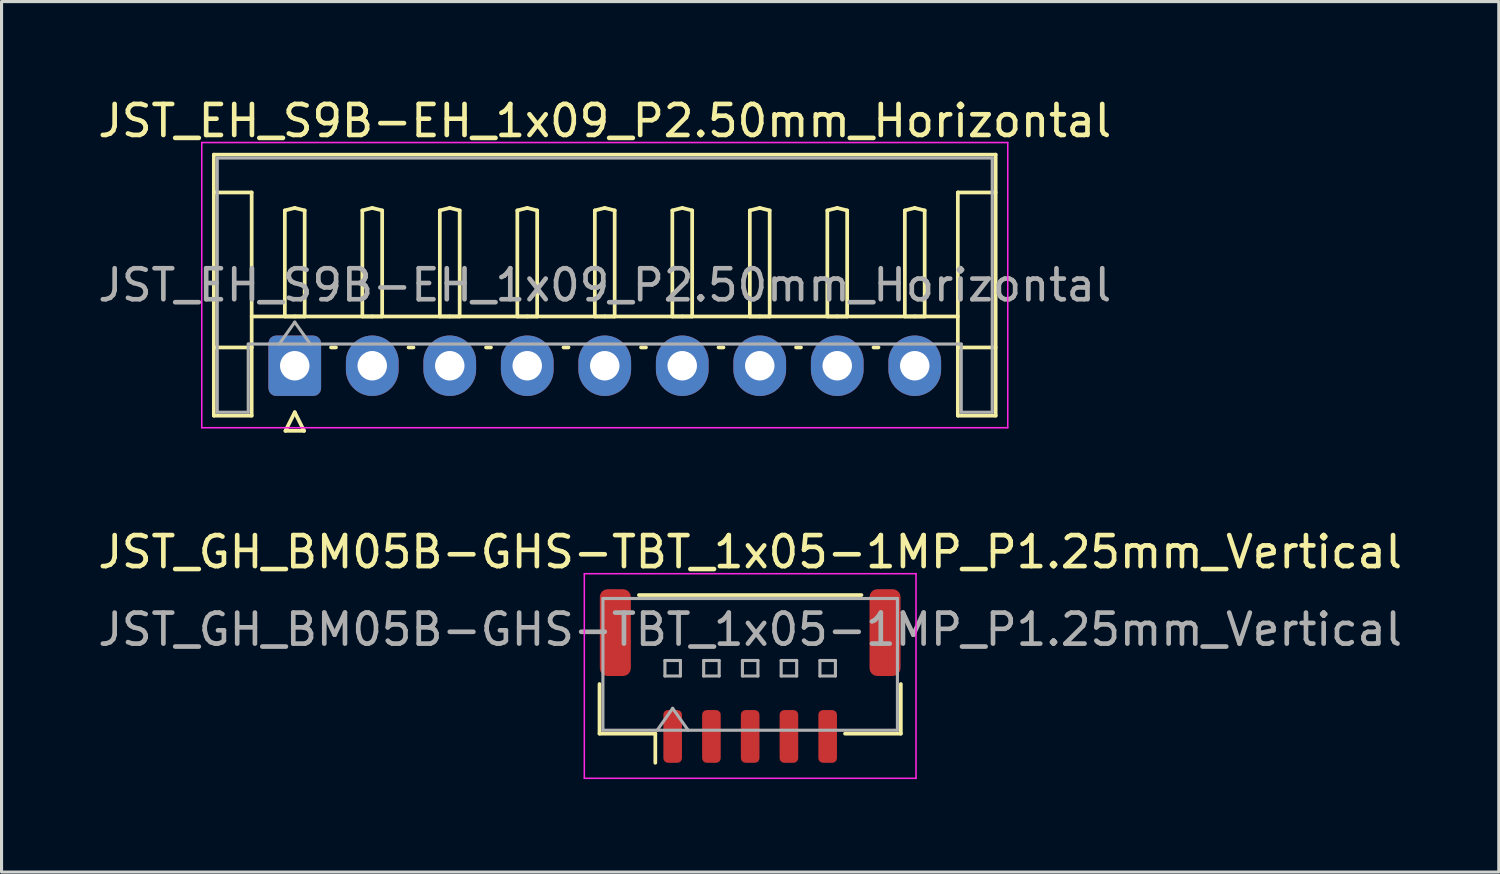
<source format=kicad_pcb>
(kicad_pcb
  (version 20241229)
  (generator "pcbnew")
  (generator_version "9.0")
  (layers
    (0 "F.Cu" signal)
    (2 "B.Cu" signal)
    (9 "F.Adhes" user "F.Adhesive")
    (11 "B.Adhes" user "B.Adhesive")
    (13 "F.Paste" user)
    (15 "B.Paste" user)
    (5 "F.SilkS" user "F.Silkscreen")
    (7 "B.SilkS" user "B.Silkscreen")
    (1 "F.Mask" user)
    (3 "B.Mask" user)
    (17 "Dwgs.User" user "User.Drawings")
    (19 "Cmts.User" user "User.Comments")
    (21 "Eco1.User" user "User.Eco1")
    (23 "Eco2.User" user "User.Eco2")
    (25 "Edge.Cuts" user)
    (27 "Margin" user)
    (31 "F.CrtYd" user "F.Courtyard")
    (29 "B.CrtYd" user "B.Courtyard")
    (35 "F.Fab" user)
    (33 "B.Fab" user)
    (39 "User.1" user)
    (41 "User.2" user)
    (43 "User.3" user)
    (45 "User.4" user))
  (footprint "JST_EH_S9B-EH_1x09_P2.50mm_Horizontal"
    (layer "F.Cu")
    (at 6.458 8.748)
    (property "Reference" "JST_EH_S9B-EH_1x09_P2.50mm_Horizontal" (at 10 -7.9 0) (layer "F.SilkS") (effects (font (size 1 1) (thickness 0.15))))
    (attr through_hole)
    (fp_line (start -2.61 -6.81) (end 22.61 -6.81) (stroke (width 0.12) (type solid)) (layer "F.SilkS"))
    (fp_line (start -2.61 -5.59) (end -1.39 -5.59) (stroke (width 0.12) (type solid)) (layer "F.SilkS"))
    (fp_line (start -2.61 1.61) (end -2.61 -6.81) (stroke (width 0.12) (type solid)) (layer "F.SilkS"))
    (fp_line (start -1.39 -5.59) (end -1.39 -0.59) (stroke (width 0.12) (type solid)) (layer "F.SilkS"))
    (fp_line (start -1.39 -1.59) (end 21.39 -1.59) (stroke (width 0.12) (type solid)) (layer "F.SilkS"))
    (fp_line (start -1.39 -0.59) (end -2.61 -0.59) (stroke (width 0.12) (type solid)) (layer "F.SilkS"))
    (fp_line (start -1.39 -0.59) (end -1.39 1.61) (stroke (width 0.12) (type solid)) (layer "F.SilkS"))
    (fp_line (start -1.39 1.61) (end -2.61 1.61) (stroke (width 0.12) (type solid)) (layer "F.SilkS"))
    (fp_line (start -0.32 -5.01) (end 0 -5.09) (stroke (width 0.12) (type solid)) (layer "F.SilkS"))
    (fp_line (start -0.32 -1.59) (end -0.32 -5.01) (stroke (width 0.12) (type solid)) (layer "F.SilkS"))
    (fp_line (start -0.3 2.1) (end 0.3 2.1) (stroke (width 0.12) (type solid)) (layer "F.SilkS"))
    (fp_line (start 0 -5.09) (end 0.32 -5.01) (stroke (width 0.12) (type solid)) (layer "F.SilkS"))
    (fp_line (start 0 -1.59) (end -0.32 -1.59) (stroke (width 0.12) (type solid)) (layer "F.SilkS"))
    (fp_line (start 0 1.5) (end -0.3 2.1) (stroke (width 0.12) (type solid)) (layer "F.SilkS"))
    (fp_line (start 0.3 2.1) (end 0 1.5) (stroke (width 0.12) (type solid)) (layer "F.SilkS"))
    (fp_line (start 0.32 -5.01) (end 0.32 -1.59) (stroke (width 0.12) (type solid)) (layer "F.SilkS"))
    (fp_line (start 0.32 -1.59) (end 0 -1.59) (stroke (width 0.12) (type solid)) (layer "F.SilkS"))
    (fp_line (start 1.17 -0.59) (end 1.33 -0.59) (stroke (width 0.12) (type solid)) (layer "F.SilkS"))
    (fp_line (start 2.18 -5.01) (end 2.5 -5.09) (stroke (width 0.12) (type solid)) (layer "F.SilkS"))
    (fp_line (start 2.18 -1.59) (end 2.18 -5.01) (stroke (width 0.12) (type solid)) (layer "F.SilkS"))
    (fp_line (start 2.5 -5.09) (end 2.82 -5.01) (stroke (width 0.12) (type solid)) (layer "F.SilkS"))
    (fp_line (start 2.5 -1.59) (end 2.18 -1.59) (stroke (width 0.12) (type solid)) (layer "F.SilkS"))
    (fp_line (start 2.82 -5.01) (end 2.82 -1.59) (stroke (width 0.12) (type solid)) (layer "F.SilkS"))
    (fp_line (start 2.82 -1.59) (end 2.5 -1.59) (stroke (width 0.12) (type solid)) (layer "F.SilkS"))
    (fp_line (start 3.67 -0.59) (end 3.83 -0.59) (stroke (width 0.12) (type solid)) (layer "F.SilkS"))
    (fp_line (start 4.68 -5.01) (end 5 -5.09) (stroke (width 0.12) (type solid)) (layer "F.SilkS"))
    (fp_line (start 4.68 -1.59) (end 4.68 -5.01) (stroke (width 0.12) (type solid)) (layer "F.SilkS"))
    (fp_line (start 5 -5.09) (end 5.32 -5.01) (stroke (width 0.12) (type solid)) (layer "F.SilkS"))
    (fp_line (start 5 -1.59) (end 4.68 -1.59) (stroke (width 0.12) (type solid)) (layer "F.SilkS"))
    (fp_line (start 5.32 -5.01) (end 5.32 -1.59) (stroke (width 0.12) (type solid)) (layer "F.SilkS"))
    (fp_line (start 5.32 -1.59) (end 5 -1.59) (stroke (width 0.12) (type solid)) (layer "F.SilkS"))
    (fp_line (start 6.17 -0.59) (end 6.33 -0.59) (stroke (width 0.12) (type solid)) (layer "F.SilkS"))
    (fp_line (start 7.18 -5.01) (end 7.5 -5.09) (stroke (width 0.12) (type solid)) (layer "F.SilkS"))
    (fp_line (start 7.18 -1.59) (end 7.18 -5.01) (stroke (width 0.12) (type solid)) (layer "F.SilkS"))
    (fp_line (start 7.5 -5.09) (end 7.82 -5.01) (stroke (width 0.12) (type solid)) (layer "F.SilkS"))
    (fp_line (start 7.5 -1.59) (end 7.18 -1.59) (stroke (width 0.12) (type solid)) (layer "F.SilkS"))
    (fp_line (start 7.82 -5.01) (end 7.82 -1.59) (stroke (width 0.12) (type solid)) (layer "F.SilkS"))
    (fp_line (start 7.82 -1.59) (end 7.5 -1.59) (stroke (width 0.12) (type solid)) (layer "F.SilkS"))
    (fp_line (start 8.67 -0.59) (end 8.83 -0.59) (stroke (width 0.12) (type solid)) (layer "F.SilkS"))
    (fp_line (start 9.68 -5.01) (end 10 -5.09) (stroke (width 0.12) (type solid)) (layer "F.SilkS"))
    (fp_line (start 9.68 -1.59) (end 9.68 -5.01) (stroke (width 0.12) (type solid)) (layer "F.SilkS"))
    (fp_line (start 10 -5.09) (end 10.32 -5.01) (stroke (width 0.12) (type solid)) (layer "F.SilkS"))
    (fp_line (start 10 -1.59) (end 9.68 -1.59) (stroke (width 0.12) (type solid)) (layer "F.SilkS"))
    (fp_line (start 10.32 -5.01) (end 10.32 -1.59) (stroke (width 0.12) (type solid)) (layer "F.SilkS"))
    (fp_line (start 10.32 -1.59) (end 10 -1.59) (stroke (width 0.12) (type solid)) (layer "F.SilkS"))
    (fp_line (start 11.17 -0.59) (end 11.33 -0.59) (stroke (width 0.12) (type solid)) (layer "F.SilkS"))
    (fp_line (start 12.18 -5.01) (end 12.5 -5.09) (stroke (width 0.12) (type solid)) (layer "F.SilkS"))
    (fp_line (start 12.18 -1.59) (end 12.18 -5.01) (stroke (width 0.12) (type solid)) (layer "F.SilkS"))
    (fp_line (start 12.5 -5.09) (end 12.82 -5.01) (stroke (width 0.12) (type solid)) (layer "F.SilkS"))
    (fp_line (start 12.5 -1.59) (end 12.18 -1.59) (stroke (width 0.12) (type solid)) (layer "F.SilkS"))
    (fp_line (start 12.82 -5.01) (end 12.82 -1.59) (stroke (width 0.12) (type solid)) (layer "F.SilkS"))
    (fp_line (start 12.82 -1.59) (end 12.5 -1.59) (stroke (width 0.12) (type solid)) (layer "F.SilkS"))
    (fp_line (start 13.67 -0.59) (end 13.83 -0.59) (stroke (width 0.12) (type solid)) (layer "F.SilkS"))
    (fp_line (start 14.68 -5.01) (end 15 -5.09) (stroke (width 0.12) (type solid)) (layer "F.SilkS"))
    (fp_line (start 14.68 -1.59) (end 14.68 -5.01) (stroke (width 0.12) (type solid)) (layer "F.SilkS"))
    (fp_line (start 15 -5.09) (end 15.32 -5.01) (stroke (width 0.12) (type solid)) (layer "F.SilkS"))
    (fp_line (start 15 -1.59) (end 14.68 -1.59) (stroke (width 0.12) (type solid)) (layer "F.SilkS"))
    (fp_line (start 15.32 -5.01) (end 15.32 -1.59) (stroke (width 0.12) (type solid)) (layer "F.SilkS"))
    (fp_line (start 15.32 -1.59) (end 15 -1.59) (stroke (width 0.12) (type solid)) (layer "F.SilkS"))
    (fp_line (start 16.17 -0.59) (end 16.33 -0.59) (stroke (width 0.12) (type solid)) (layer "F.SilkS"))
    (fp_line (start 17.18 -5.01) (end 17.5 -5.09) (stroke (width 0.12) (type solid)) (layer "F.SilkS"))
    (fp_line (start 17.18 -1.59) (end 17.18 -5.01) (stroke (width 0.12) (type solid)) (layer "F.SilkS"))
    (fp_line (start 17.5 -5.09) (end 17.82 -5.01) (stroke (width 0.12) (type solid)) (layer "F.SilkS"))
    (fp_line (start 17.5 -1.59) (end 17.18 -1.59) (stroke (width 0.12) (type solid)) (layer "F.SilkS"))
    (fp_line (start 17.82 -5.01) (end 17.82 -1.59) (stroke (width 0.12) (type solid)) (layer "F.SilkS"))
    (fp_line (start 17.82 -1.59) (end 17.5 -1.59) (stroke (width 0.12) (type solid)) (layer "F.SilkS"))
    (fp_line (start 18.67 -0.59) (end 18.83 -0.59) (stroke (width 0.12) (type solid)) (layer "F.SilkS"))
    (fp_line (start 19.68 -5.01) (end 20 -5.09) (stroke (width 0.12) (type solid)) (layer "F.SilkS"))
    (fp_line (start 19.68 -1.59) (end 19.68 -5.01) (stroke (width 0.12) (type solid)) (layer "F.SilkS"))
    (fp_line (start 20 -5.09) (end 20.32 -5.01) (stroke (width 0.12) (type solid)) (layer "F.SilkS"))
    (fp_line (start 20 -1.59) (end 19.68 -1.59) (stroke (width 0.12) (type solid)) (layer "F.SilkS"))
    (fp_line (start 20.32 -5.01) (end 20.32 -1.59) (stroke (width 0.12) (type solid)) (layer "F.SilkS"))
    (fp_line (start 20.32 -1.59) (end 20 -1.59) (stroke (width 0.12) (type solid)) (layer "F.SilkS"))
    (fp_line (start 21.39 -5.59) (end 21.39 -0.59) (stroke (width 0.12) (type solid)) (layer "F.SilkS"))
    (fp_line (start 21.39 -0.59) (end 22.61 -0.59) (stroke (width 0.12) (type solid)) (layer "F.SilkS"))
    (fp_line (start 21.39 1.61) (end 21.39 -0.59) (stroke (width 0.12) (type solid)) (layer "F.SilkS"))
    (fp_line (start 22.61 -6.81) (end 22.61 1.61) (stroke (width 0.12) (type solid)) (layer "F.SilkS"))
    (fp_line (start 22.61 -5.59) (end 21.39 -5.59) (stroke (width 0.12) (type solid)) (layer "F.SilkS"))
    (fp_line (start 22.61 1.61) (end 21.39 1.61) (stroke (width 0.12) (type solid)) (layer "F.SilkS"))
    (fp_line (start -3 -7.2) (end -3 2) (stroke (width 0.05) (type solid)) (layer "F.CrtYd"))
    (fp_line (start -3 2) (end 23 2) (stroke (width 0.05) (type solid)) (layer "F.CrtYd"))
    (fp_line (start 23 -7.2) (end -3 -7.2) (stroke (width 0.05) (type solid)) (layer "F.CrtYd"))
    (fp_line (start 23 2) (end 23 -7.2) (stroke (width 0.05) (type solid)) (layer "F.CrtYd"))
    (fp_line (start -2.5 -6.7) (end 22.5 -6.7) (stroke (width 0.1) (type solid)) (layer "F.Fab"))
    (fp_line (start -2.5 1.5) (end -2.5 -6.7) (stroke (width 0.1) (type solid)) (layer "F.Fab"))
    (fp_line (start -1.5 -0.7) (end -1.5 1.5) (stroke (width 0.1) (type solid)) (layer "F.Fab"))
    (fp_line (start -1.5 1.5) (end -2.5 1.5) (stroke (width 0.1) (type solid)) (layer "F.Fab"))
    (fp_line (start -0.5 -0.7) (end 0 -1.407) (stroke (width 0.1) (type solid)) (layer "F.Fab"))
    (fp_line (start 0 -1.407) (end 0.5 -0.7) (stroke (width 0.1) (type solid)) (layer "F.Fab"))
    (fp_line (start 21.5 -0.7) (end -1.5 -0.7) (stroke (width 0.1) (type solid)) (layer "F.Fab"))
    (fp_line (start 21.5 1.5) (end 21.5 -0.7) (stroke (width 0.1) (type solid)) (layer "F.Fab"))
    (fp_line (start 22.5 -6.7) (end 22.5 1.5) (stroke (width 0.1) (type solid)) (layer "F.Fab"))
    (fp_line (start 22.5 1.5) (end 21.5 1.5) (stroke (width 0.1) (type solid)) (layer "F.Fab"))
    (fp_text user "${REFERENCE}" (at 10 -2.6 0) (layer "F.Fab") (effects (font (size 1 1) (thickness 0.15))))
    (pad "1" thru_hole roundrect (at 0 0) (size 1.7 1.95) (drill 0.95) (layers "*.Cu" "*.Mask") (roundrect_rratio 0.147))
    (pad "2" thru_hole oval (at 2.5 0) (size 1.7 1.95) (drill 0.95) (layers "*.Cu" "*.Mask"))
    (pad "3" thru_hole oval (at 5 0) (size 1.7 1.95) (drill 0.95) (layers "*.Cu" "*.Mask"))
    (pad "4" thru_hole oval (at 7.5 0) (size 1.7 1.95) (drill 0.95) (layers "*.Cu" "*.Mask"))
    (pad "5" thru_hole oval (at 10 0) (size 1.7 1.95) (drill 0.95) (layers "*.Cu" "*.Mask"))
    (pad "6" thru_hole oval (at 12.5 0) (size 1.7 1.95) (drill 0.95) (layers "*.Cu" "*.Mask"))
    (pad "7" thru_hole oval (at 15 0) (size 1.7 1.95) (drill 0.95) (layers "*.Cu" "*.Mask"))
    (pad "8" thru_hole oval (at 17.5 0) (size 1.7 1.95) (drill 0.95) (layers "*.Cu" "*.Mask"))
    (pad "9" thru_hole oval (at 20 0) (size 1.7 1.95) (drill 0.95) (layers "*.Cu" "*.Mask")))
  (footprint "JST_GH_BM05B-GHS-TBT_1x05-1MP_P1.25mm_Vertical"
    (layer "F.Cu")
    (at 21.149 18.756)
    (property "Reference" "JST_GH_BM05B-GHS-TBT_1x05-1MP_P1.25mm_Vertical" (at 0 -4 0) (layer "F.SilkS") (effects (font (size 1 1) (thickness 0.15))))
    (attr smd)
    (fp_line (start -4.86 0.26) (end -4.86 1.86) (stroke (width 0.12) (type solid)) (layer "F.SilkS"))
    (fp_line (start -4.86 1.86) (end -3.06 1.86) (stroke (width 0.12) (type solid)) (layer "F.SilkS"))
    (fp_line (start -3.59 -2.61) (end 3.59 -2.61) (stroke (width 0.12) (type solid)) (layer "F.SilkS"))
    (fp_line (start -3.06 1.86) (end -3.06 2.8) (stroke (width 0.12) (type solid)) (layer "F.SilkS"))
    (fp_line (start 4.86 0.26) (end 4.86 1.86) (stroke (width 0.12) (type solid)) (layer "F.SilkS"))
    (fp_line (start 4.86 1.86) (end 3.06 1.86) (stroke (width 0.12) (type solid)) (layer "F.SilkS"))
    (fp_line (start -5.35 -3.3) (end -5.35 3.3) (stroke (width 0.05) (type solid)) (layer "F.CrtYd"))
    (fp_line (start -5.35 3.3) (end 5.35 3.3) (stroke (width 0.05) (type solid)) (layer "F.CrtYd"))
    (fp_line (start 5.35 -3.3) (end -5.35 -3.3) (stroke (width 0.05) (type solid)) (layer "F.CrtYd"))
    (fp_line (start 5.35 3.3) (end 5.35 -3.3) (stroke (width 0.05) (type solid)) (layer "F.CrtYd"))
    (fp_line (start -4.75 -2.5) (end 4.75 -2.5) (stroke (width 0.1) (type solid)) (layer "F.Fab"))
    (fp_line (start -4.75 1.75) (end -4.75 -2.5) (stroke (width 0.1) (type solid)) (layer "F.Fab"))
    (fp_line (start -4.75 1.75) (end 4.75 1.75) (stroke (width 0.1) (type solid)) (layer "F.Fab"))
    (fp_line (start -3 1.75) (end -2.5 1.043) (stroke (width 0.1) (type solid)) (layer "F.Fab"))
    (fp_line (start -2.75 -0.5) (end -2.75 0) (stroke (width 0.1) (type solid)) (layer "F.Fab"))
    (fp_line (start -2.75 0) (end -2.25 0) (stroke (width 0.1) (type solid)) (layer "F.Fab"))
    (fp_line (start -2.5 1.043) (end -2 1.75) (stroke (width 0.1) (type solid)) (layer "F.Fab"))
    (fp_line (start -2.25 -0.5) (end -2.75 -0.5) (stroke (width 0.1) (type solid)) (layer "F.Fab"))
    (fp_line (start -2.25 0) (end -2.25 -0.5) (stroke (width 0.1) (type solid)) (layer "F.Fab"))
    (fp_line (start -1.5 -0.5) (end -1.5 0) (stroke (width 0.1) (type solid)) (layer "F.Fab"))
    (fp_line (start -1.5 0) (end -1 0) (stroke (width 0.1) (type solid)) (layer "F.Fab"))
    (fp_line (start -1 -0.5) (end -1.5 -0.5) (stroke (width 0.1) (type solid)) (layer "F.Fab"))
    (fp_line (start -1 0) (end -1 -0.5) (stroke (width 0.1) (type solid)) (layer "F.Fab"))
    (fp_line (start -0.25 -0.5) (end -0.25 0) (stroke (width 0.1) (type solid)) (layer "F.Fab"))
    (fp_line (start -0.25 0) (end 0.25 0) (stroke (width 0.1) (type solid)) (layer "F.Fab"))
    (fp_line (start 0.25 -0.5) (end -0.25 -0.5) (stroke (width 0.1) (type solid)) (layer "F.Fab"))
    (fp_line (start 0.25 0) (end 0.25 -0.5) (stroke (width 0.1) (type solid)) (layer "F.Fab"))
    (fp_line (start 1 -0.5) (end 1 0) (stroke (width 0.1) (type solid)) (layer "F.Fab"))
    (fp_line (start 1 0) (end 1.5 0) (stroke (width 0.1) (type solid)) (layer "F.Fab"))
    (fp_line (start 1.5 -0.5) (end 1 -0.5) (stroke (width 0.1) (type solid)) (layer "F.Fab"))
    (fp_line (start 1.5 0) (end 1.5 -0.5) (stroke (width 0.1) (type solid)) (layer "F.Fab"))
    (fp_line (start 2.25 -0.5) (end 2.25 0) (stroke (width 0.1) (type solid)) (layer "F.Fab"))
    (fp_line (start 2.25 0) (end 2.75 0) (stroke (width 0.1) (type solid)) (layer "F.Fab"))
    (fp_line (start 2.75 -0.5) (end 2.25 -0.5) (stroke (width 0.1) (type solid)) (layer "F.Fab"))
    (fp_line (start 2.75 0) (end 2.75 -0.5) (stroke (width 0.1) (type solid)) (layer "F.Fab"))
    (fp_line (start 4.75 1.75) (end 4.75 -2.5) (stroke (width 0.1) (type solid)) (layer "F.Fab"))
    (fp_text user "${REFERENCE}" (at 0 -1.5 0) (layer "F.Fab") (effects (font (size 1 1) (thickness 0.15))))
    (pad "1" smd roundrect (at -2.5 1.95) (size 0.6 1.7) (layers "F.Cu" "F.Mask" "F.Paste") (roundrect_rratio 0.25))
    (pad "2" smd roundrect (at -1.25 1.95) (size 0.6 1.7) (layers "F.Cu" "F.Mask" "F.Paste") (roundrect_rratio 0.25))
    (pad "3" smd roundrect (at 0 1.95) (size 0.6 1.7) (layers "F.Cu" "F.Mask" "F.Paste") (roundrect_rratio 0.25))
    (pad "4" smd roundrect (at 1.25 1.95) (size 0.6 1.7) (layers "F.Cu" "F.Mask" "F.Paste") (roundrect_rratio 0.25))
    (pad "5" smd roundrect (at 2.5 1.95) (size 0.6 1.7) (layers "F.Cu" "F.Mask" "F.Paste") (roundrect_rratio 0.25))
    (pad "MP" smd roundrect (at -4.35 -1.4) (size 1 2.8) (layers "F.Cu" "F.Mask" "F.Paste") (roundrect_rratio 0.25))
    (pad "MP" smd roundrect (at 4.35 -1.4) (size 1 2.8) (layers "F.Cu" "F.Mask" "F.Paste") (roundrect_rratio 0.25)))
  (gr_rect
    (start -3 -3)
    (end 45.298 25.081)
    (stroke (width 0.1) (type default))
    (fill no)
    (layer "Edge.Cuts")))
</source>
